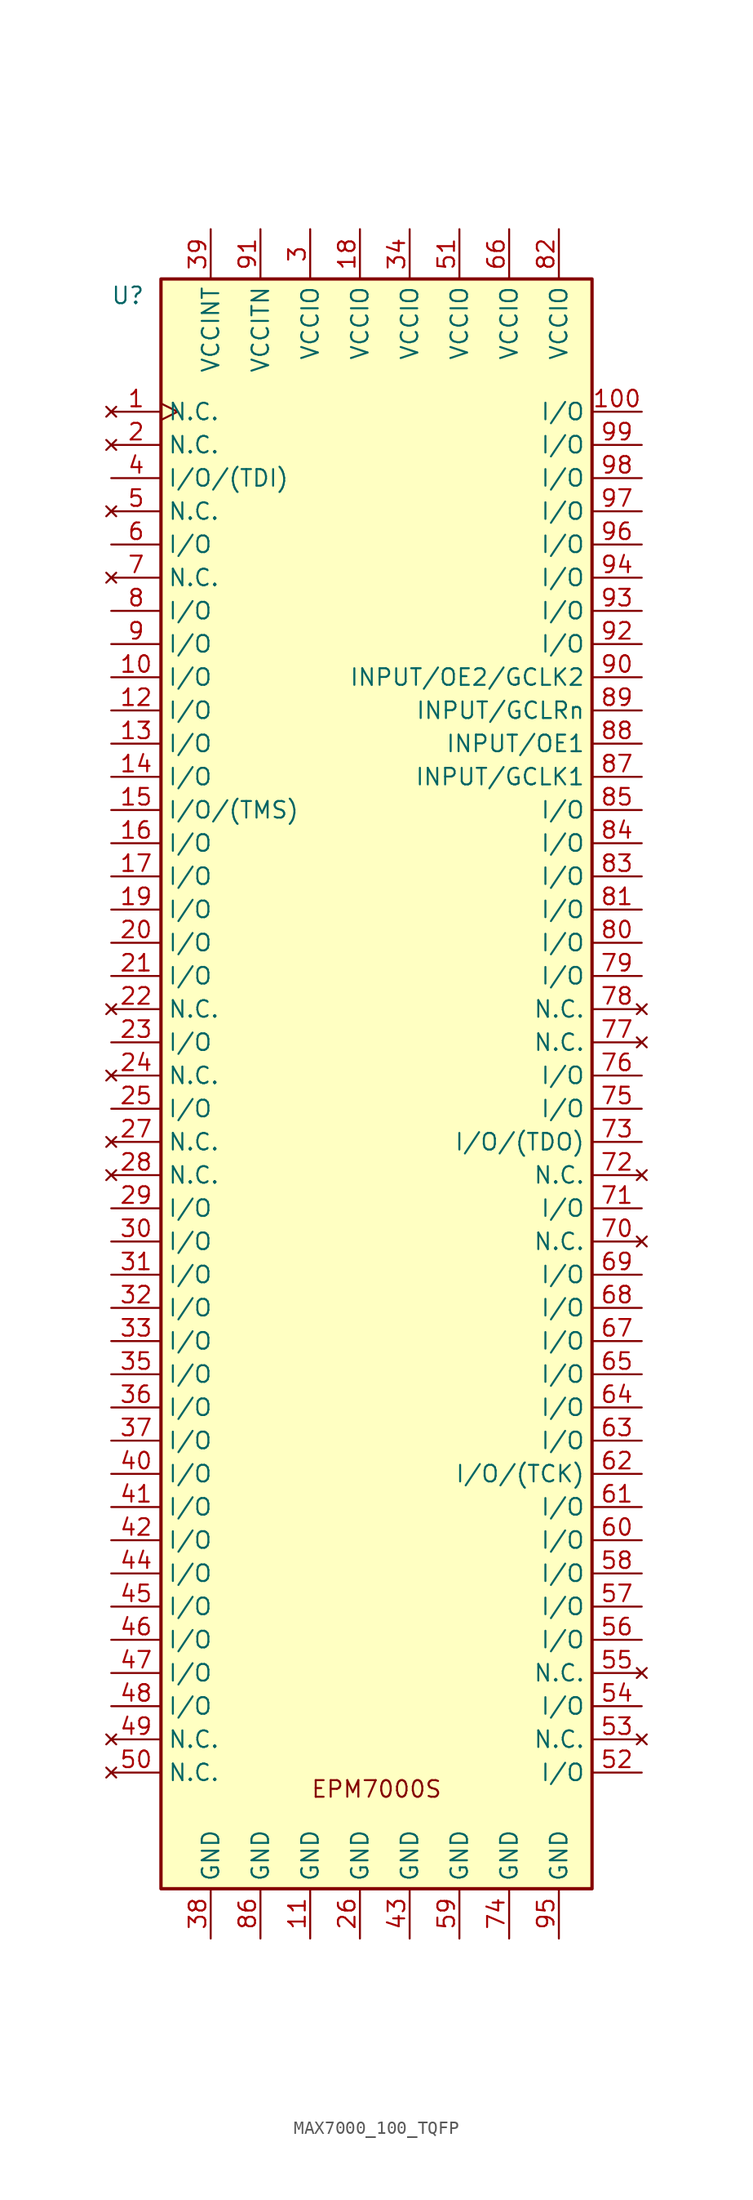
<source format=kicad_sym>
(kicad_symbol_lib
  (version 20220914)
  (generator kicad_symbol_editor)
  (symbol "MAX7000_100_TQFP"
    (property "Reference" "U"
      (at -17.78 33.02 0)
      (effects (font (size 1.27 1.27))))
    (property "Value" ""
      (at 0 0 0)
      (effects (font (size 1.27 1.27))))
    (symbol "MAX7000_100_TQFP_0_1"
      (rectangle (start -15.24 34.29) (end 17.78 -88.9) (stroke (width 0.254) (type default)) (fill (type background))))
    (symbol "MAX7000_100_TQFP_1_1"
      (text "EPM7000S" (at 1.27 -81.28 0) (effects (font (size 1.27 1.27))))
      (pin no_connect clock (at -19.05 24.13 0) (length 3.81) (name "N.C." (effects (font (size 1.27 1.27)))) (number "1" (effects (font (size 1.27 1.27)))))
      (pin bidirectional line (at -19.05 3.81 0) (length 3.81) (name "I/O" (effects (font (size 1.27 1.27)))) (number "10" (effects (font (size 1.27 1.27)))))
      (pin bidirectional line (at 21.59 24.13 180) (length 3.81) (name "I/O" (effects (font (size 1.27 1.27)))) (number "100" (effects (font (size 1.27 1.27)))))
      (pin power_in line (at -3.81 -92.71 90) (length 3.81) (name "GND" (effects (font (size 1.27 1.27)))) (number "11" (effects (font (size 1.27 1.27)))))
      (pin bidirectional line (at -19.05 1.27 0) (length 3.81) (name "I/O" (effects (font (size 1.27 1.27)))) (number "12" (effects (font (size 1.27 1.27)))))
      (pin bidirectional line (at -19.05 -1.27 0) (length 3.81) (name "I/O" (effects (font (size 1.27 1.27)))) (number "13" (effects (font (size 1.27 1.27)))))
      (pin bidirectional line (at -19.05 -3.81 0) (length 3.81) (name "I/O" (effects (font (size 1.27 1.27)))) (number "14" (effects (font (size 1.27 1.27)))))
      (pin bidirectional line (at -19.05 -6.35 0) (length 3.81) (name "I/O/(TMS)" (effects (font (size 1.27 1.27)))) (number "15" (effects (font (size 1.27 1.27)))))
      (pin bidirectional line (at -19.05 -8.89 0) (length 3.81) (name "I/O" (effects (font (size 1.27 1.27)))) (number "16" (effects (font (size 1.27 1.27)))))
      (pin bidirectional line (at -19.05 -11.43 0) (length 3.81) (name "I/O" (effects (font (size 1.27 1.27)))) (number "17" (effects (font (size 1.27 1.27)))))
      (pin power_in line (at 0 38.1 270) (length 3.81) (name "VCCIO" (effects (font (size 1.27 1.27)))) (number "18" (effects (font (size 1.27 1.27)))))
      (pin bidirectional line (at -19.05 -13.97 0) (length 3.81) (name "I/O" (effects (font (size 1.27 1.27)))) (number "19" (effects (font (size 1.27 1.27)))))
      (pin no_connect line (at -19.05 21.59 0) (length 3.81) (name "N.C." (effects (font (size 1.27 1.27)))) (number "2" (effects (font (size 1.27 1.27)))))
      (pin bidirectional line (at -19.05 -16.51 0) (length 3.81) (name "I/O" (effects (font (size 1.27 1.27)))) (number "20" (effects (font (size 1.27 1.27)))))
      (pin bidirectional line (at -19.05 -19.05 0) (length 3.81) (name "I/O" (effects (font (size 1.27 1.27)))) (number "21" (effects (font (size 1.27 1.27)))))
      (pin no_connect line (at -19.05 -21.59 0) (length 3.81) (name "N.C." (effects (font (size 1.27 1.27)))) (number "22" (effects (font (size 1.27 1.27)))))
      (pin bidirectional line (at -19.05 -24.13 0) (length 3.81) (name "I/O" (effects (font (size 1.27 1.27)))) (number "23" (effects (font (size 1.27 1.27)))))
      (pin no_connect line (at -19.05 -26.67 0) (length 3.81) (name "N.C." (effects (font (size 1.27 1.27)))) (number "24" (effects (font (size 1.27 1.27)))))
      (pin bidirectional line (at -19.05 -29.21 0) (length 3.81) (name "I/O" (effects (font (size 1.27 1.27)))) (number "25" (effects (font (size 1.27 1.27)))))
      (pin power_in line (at 0 -92.71 90) (length 3.81) (name "GND" (effects (font (size 1.27 1.27)))) (number "26" (effects (font (size 1.27 1.27)))))
      (pin no_connect line (at -19.05 -31.75 0) (length 3.81) (name "N.C." (effects (font (size 1.27 1.27)))) (number "27" (effects (font (size 1.27 1.27)))))
      (pin no_connect line (at -19.05 -34.29 0) (length 3.81) (name "N.C." (effects (font (size 1.27 1.27)))) (number "28" (effects (font (size 1.27 1.27)))))
      (pin bidirectional line (at -19.05 -36.83 0) (length 3.81) (name "I/O" (effects (font (size 1.27 1.27)))) (number "29" (effects (font (size 1.27 1.27)))))
      (pin power_in line (at -3.81 38.1 270) (length 3.81) (name "VCCIO" (effects (font (size 1.27 1.27)))) (number "3" (effects (font (size 1.27 1.27)))))
      (pin bidirectional line (at -19.05 -39.37 0) (length 3.81) (name "I/O" (effects (font (size 1.27 1.27)))) (number "30" (effects (font (size 1.27 1.27)))))
      (pin bidirectional line (at -19.05 -41.91 0) (length 3.81) (name "I/O" (effects (font (size 1.27 1.27)))) (number "31" (effects (font (size 1.27 1.27)))))
      (pin bidirectional line (at -19.05 -44.45 0) (length 3.81) (name "I/O" (effects (font (size 1.27 1.27)))) (number "32" (effects (font (size 1.27 1.27)))))
      (pin bidirectional line (at -19.05 -46.99 0) (length 3.81) (name "I/O" (effects (font (size 1.27 1.27)))) (number "33" (effects (font (size 1.27 1.27)))))
      (pin power_in line (at 3.81 38.1 270) (length 3.81) (name "VCCIO" (effects (font (size 1.27 1.27)))) (number "34" (effects (font (size 1.27 1.27)))))
      (pin bidirectional line (at -19.05 -49.53 0) (length 3.81) (name "I/O" (effects (font (size 1.27 1.27)))) (number "35" (effects (font (size 1.27 1.27)))))
      (pin bidirectional line (at -19.05 -52.07 0) (length 3.81) (name "I/O" (effects (font (size 1.27 1.27)))) (number "36" (effects (font (size 1.27 1.27)))))
      (pin bidirectional line (at -19.05 -54.61 0) (length 3.81) (name "I/O" (effects (font (size 1.27 1.27)))) (number "37" (effects (font (size 1.27 1.27)))))
      (pin power_in line (at -11.43 -92.71 90) (length 3.81) (name "GND" (effects (font (size 1.27 1.27)))) (number "38" (effects (font (size 1.27 1.27)))))
      (pin power_in line (at -11.43 38.1 270) (length 3.81) (name "VCCINT" (effects (font (size 1.27 1.27)))) (number "39" (effects (font (size 1.27 1.27)))))
      (pin bidirectional line (at -19.05 19.05 0) (length 3.81) (name "I/O/(TDI)" (effects (font (size 1.27 1.27)))) (number "4" (effects (font (size 1.27 1.27)))))
      (pin bidirectional line (at -19.05 -57.15 0) (length 3.81) (name "I/O" (effects (font (size 1.27 1.27)))) (number "40" (effects (font (size 1.27 1.27)))))
      (pin bidirectional line (at -19.05 -59.69 0) (length 3.81) (name "I/O" (effects (font (size 1.27 1.27)))) (number "41" (effects (font (size 1.27 1.27)))))
      (pin bidirectional line (at -19.05 -62.23 0) (length 3.81) (name "I/O" (effects (font (size 1.27 1.27)))) (number "42" (effects (font (size 1.27 1.27)))))
      (pin power_in line (at 3.81 -92.71 90) (length 3.81) (name "GND" (effects (font (size 1.27 1.27)))) (number "43" (effects (font (size 1.27 1.27)))))
      (pin bidirectional line (at -19.05 -64.77 0) (length 3.81) (name "I/O" (effects (font (size 1.27 1.27)))) (number "44" (effects (font (size 1.27 1.27)))))
      (pin bidirectional line (at -19.05 -67.31 0) (length 3.81) (name "I/O" (effects (font (size 1.27 1.27)))) (number "45" (effects (font (size 1.27 1.27)))))
      (pin bidirectional line (at -19.05 -69.85 0) (length 3.81) (name "I/O" (effects (font (size 1.27 1.27)))) (number "46" (effects (font (size 1.27 1.27)))))
      (pin bidirectional line (at -19.05 -72.39 0) (length 3.81) (name "I/O" (effects (font (size 1.27 1.27)))) (number "47" (effects (font (size 1.27 1.27)))))
      (pin bidirectional line (at -19.05 -74.93 0) (length 3.81) (name "I/O" (effects (font (size 1.27 1.27)))) (number "48" (effects (font (size 1.27 1.27)))))
      (pin no_connect line (at -19.05 -77.47 0) (length 3.81) (name "N.C." (effects (font (size 1.27 1.27)))) (number "49" (effects (font (size 1.27 1.27)))))
      (pin no_connect line (at -19.05 16.51 0) (length 3.81) (name "N.C." (effects (font (size 1.27 1.27)))) (number "5" (effects (font (size 1.27 1.27)))))
      (pin no_connect line (at -19.05 -80.01 0) (length 3.81) (name "N.C." (effects (font (size 1.27 1.27)))) (number "50" (effects (font (size 1.27 1.27)))))
      (pin power_in line (at 7.62 38.1 270) (length 3.81) (name "VCCIO" (effects (font (size 1.27 1.27)))) (number "51" (effects (font (size 1.27 1.27)))))
      (pin bidirectional line (at 21.59 -80.01 180) (length 3.81) (name "I/O" (effects (font (size 1.27 1.27)))) (number "52" (effects (font (size 1.27 1.27)))))
      (pin no_connect line (at 21.59 -77.47 180) (length 3.81) (name "N.C." (effects (font (size 1.27 1.27)))) (number "53" (effects (font (size 1.27 1.27)))))
      (pin bidirectional line (at 21.59 -74.93 180) (length 3.81) (name "I/O" (effects (font (size 1.27 1.27)))) (number "54" (effects (font (size 1.27 1.27)))))
      (pin no_connect line (at 21.59 -72.39 180) (length 3.81) (name "N.C." (effects (font (size 1.27 1.27)))) (number "55" (effects (font (size 1.27 1.27)))))
      (pin bidirectional line (at 21.59 -69.85 180) (length 3.81) (name "I/O" (effects (font (size 1.27 1.27)))) (number "56" (effects (font (size 1.27 1.27)))))
      (pin bidirectional line (at 21.59 -67.31 180) (length 3.81) (name "I/O" (effects (font (size 1.27 1.27)))) (number "57" (effects (font (size 1.27 1.27)))))
      (pin bidirectional line (at 21.59 -64.77 180) (length 3.81) (name "I/O" (effects (font (size 1.27 1.27)))) (number "58" (effects (font (size 1.27 1.27)))))
      (pin power_in line (at 7.62 -92.71 90) (length 3.81) (name "GND" (effects (font (size 1.27 1.27)))) (number "59" (effects (font (size 1.27 1.27)))))
      (pin bidirectional line (at -19.05 13.97 0) (length 3.81) (name "I/O" (effects (font (size 1.27 1.27)))) (number "6" (effects (font (size 1.27 1.27)))))
      (pin bidirectional line (at 21.59 -62.23 180) (length 3.81) (name "I/O" (effects (font (size 1.27 1.27)))) (number "60" (effects (font (size 1.27 1.27)))))
      (pin bidirectional line (at 21.59 -59.69 180) (length 3.81) (name "I/O" (effects (font (size 1.27 1.27)))) (number "61" (effects (font (size 1.27 1.27)))))
      (pin bidirectional line (at 21.59 -57.15 180) (length 3.81) (name "I/O/(TCK)" (effects (font (size 1.27 1.27)))) (number "62" (effects (font (size 1.27 1.27)))))
      (pin bidirectional line (at 21.59 -54.61 180) (length 3.81) (name "I/O" (effects (font (size 1.27 1.27)))) (number "63" (effects (font (size 1.27 1.27)))))
      (pin bidirectional line (at 21.59 -52.07 180) (length 3.81) (name "I/O" (effects (font (size 1.27 1.27)))) (number "64" (effects (font (size 1.27 1.27)))))
      (pin bidirectional line (at 21.59 -49.53 180) (length 3.81) (name "I/O" (effects (font (size 1.27 1.27)))) (number "65" (effects (font (size 1.27 1.27)))))
      (pin power_in line (at 11.43 38.1 270) (length 3.81) (name "VCCIO" (effects (font (size 1.27 1.27)))) (number "66" (effects (font (size 1.27 1.27)))))
      (pin bidirectional line (at 21.59 -46.99 180) (length 3.81) (name "I/O" (effects (font (size 1.27 1.27)))) (number "67" (effects (font (size 1.27 1.27)))))
      (pin bidirectional line (at 21.59 -44.45 180) (length 3.81) (name "I/O" (effects (font (size 1.27 1.27)))) (number "68" (effects (font (size 1.27 1.27)))))
      (pin bidirectional line (at 21.59 -41.91 180) (length 3.81) (name "I/O" (effects (font (size 1.27 1.27)))) (number "69" (effects (font (size 1.27 1.27)))))
      (pin no_connect line (at -19.05 11.43 0) (length 3.81) (name "N.C." (effects (font (size 1.27 1.27)))) (number "7" (effects (font (size 1.27 1.27)))))
      (pin no_connect line (at 21.59 -39.37 180) (length 3.81) (name "N.C." (effects (font (size 1.27 1.27)))) (number "70" (effects (font (size 1.27 1.27)))))
      (pin bidirectional line (at 21.59 -36.83 180) (length 3.81) (name "I/O" (effects (font (size 1.27 1.27)))) (number "71" (effects (font (size 1.27 1.27)))))
      (pin no_connect line (at 21.59 -34.29 180) (length 3.81) (name "N.C." (effects (font (size 1.27 1.27)))) (number "72" (effects (font (size 1.27 1.27)))))
      (pin bidirectional line (at 21.59 -31.75 180) (length 3.81) (name "I/O/(TDO)" (effects (font (size 1.27 1.27)))) (number "73" (effects (font (size 1.27 1.27)))))
      (pin power_in line (at 11.43 -92.71 90) (length 3.81) (name "GND" (effects (font (size 1.27 1.27)))) (number "74" (effects (font (size 1.27 1.27)))))
      (pin bidirectional line (at 21.59 -29.21 180) (length 3.81) (name "I/O" (effects (font (size 1.27 1.27)))) (number "75" (effects (font (size 1.27 1.27)))))
      (pin bidirectional line (at 21.59 -26.67 180) (length 3.81) (name "I/O" (effects (font (size 1.27 1.27)))) (number "76" (effects (font (size 1.27 1.27)))))
      (pin no_connect line (at 21.59 -24.13 180) (length 3.81) (name "N.C." (effects (font (size 1.27 1.27)))) (number "77" (effects (font (size 1.27 1.27)))))
      (pin no_connect line (at 21.59 -21.59 180) (length 3.81) (name "N.C." (effects (font (size 1.27 1.27)))) (number "78" (effects (font (size 1.27 1.27)))))
      (pin bidirectional line (at 21.59 -19.05 180) (length 3.81) (name "I/O" (effects (font (size 1.27 1.27)))) (number "79" (effects (font (size 1.27 1.27)))))
      (pin bidirectional line (at -19.05 8.89 0) (length 3.81) (name "I/O" (effects (font (size 1.27 1.27)))) (number "8" (effects (font (size 1.27 1.27)))))
      (pin bidirectional line (at 21.59 -16.51 180) (length 3.81) (name "I/O" (effects (font (size 1.27 1.27)))) (number "80" (effects (font (size 1.27 1.27)))))
      (pin bidirectional line (at 21.59 -13.97 180) (length 3.81) (name "I/O" (effects (font (size 1.27 1.27)))) (number "81" (effects (font (size 1.27 1.27)))))
      (pin power_in line (at 15.24 38.1 270) (length 3.81) (name "VCCIO" (effects (font (size 1.27 1.27)))) (number "82" (effects (font (size 1.27 1.27)))))
      (pin bidirectional line (at 21.59 -11.43 180) (length 3.81) (name "I/O" (effects (font (size 1.27 1.27)))) (number "83" (effects (font (size 1.27 1.27)))))
      (pin bidirectional line (at 21.59 -8.89 180) (length 3.81) (name "I/O" (effects (font (size 1.27 1.27)))) (number "84" (effects (font (size 1.27 1.27)))))
      (pin bidirectional line (at 21.59 -6.35 180) (length 3.81) (name "I/O" (effects (font (size 1.27 1.27)))) (number "85" (effects (font (size 1.27 1.27)))))
      (pin power_in line (at -7.62 -92.71 90) (length 3.81) (name "GND" (effects (font (size 1.27 1.27)))) (number "86" (effects (font (size 1.27 1.27)))))
      (pin input line (at 21.59 -3.81 180) (length 3.81) (name "INPUT/GCLK1" (effects (font (size 1.27 1.27)))) (number "87" (effects (font (size 1.27 1.27)))))
      (pin input line (at 21.59 -1.27 180) (length 3.81) (name "INPUT/OE1" (effects (font (size 1.27 1.27)))) (number "88" (effects (font (size 1.27 1.27)))))
      (pin input line (at 21.59 1.27 180) (length 3.81) (name "INPUT/GCLRn" (effects (font (size 1.27 1.27)))) (number "89" (effects (font (size 1.27 1.27)))))
      (pin bidirectional line (at -19.05 6.35 0) (length 3.81) (name "I/O" (effects (font (size 1.27 1.27)))) (number "9" (effects (font (size 1.27 1.27)))))
      (pin input line (at 21.59 3.81 180) (length 3.81) (name "INPUT/OE2/GCLK2" (effects (font (size 1.27 1.27)))) (number "90" (effects (font (size 1.27 1.27)))))
      (pin power_in line (at -7.62 38.1 270) (length 3.81) (name "VCCITN" (effects (font (size 1.27 1.27)))) (number "91" (effects (font (size 1.27 1.27)))))
      (pin bidirectional line (at 21.59 6.35 180) (length 3.81) (name "I/O" (effects (font (size 1.27 1.27)))) (number "92" (effects (font (size 1.27 1.27)))))
      (pin bidirectional line (at 21.59 8.89 180) (length 3.81) (name "I/O" (effects (font (size 1.27 1.27)))) (number "93" (effects (font (size 1.27 1.27)))))
      (pin bidirectional line (at 21.59 11.43 180) (length 3.81) (name "I/O" (effects (font (size 1.27 1.27)))) (number "94" (effects (font (size 1.27 1.27)))))
      (pin power_in line (at 15.24 -92.71 90) (length 3.81) (name "GND" (effects (font (size 1.27 1.27)))) (number "95" (effects (font (size 1.27 1.27)))))
      (pin bidirectional line (at 21.59 13.97 180) (length 3.81) (name "I/O" (effects (font (size 1.27 1.27)))) (number "96" (effects (font (size 1.27 1.27)))))
      (pin bidirectional line (at 21.59 16.51 180) (length 3.81) (name "I/O" (effects (font (size 1.27 1.27)))) (number "97" (effects (font (size 1.27 1.27)))))
      (pin bidirectional line (at 21.59 19.05 180) (length 3.81) (name "I/O" (effects (font (size 1.27 1.27)))) (number "98" (effects (font (size 1.27 1.27)))))
      (pin bidirectional line (at 21.59 21.59 180) (length 3.81) (name "I/O" (effects (font (size 1.27 1.27)))) (number "99" (effects (font (size 1.27 1.27))))))))
</source>
